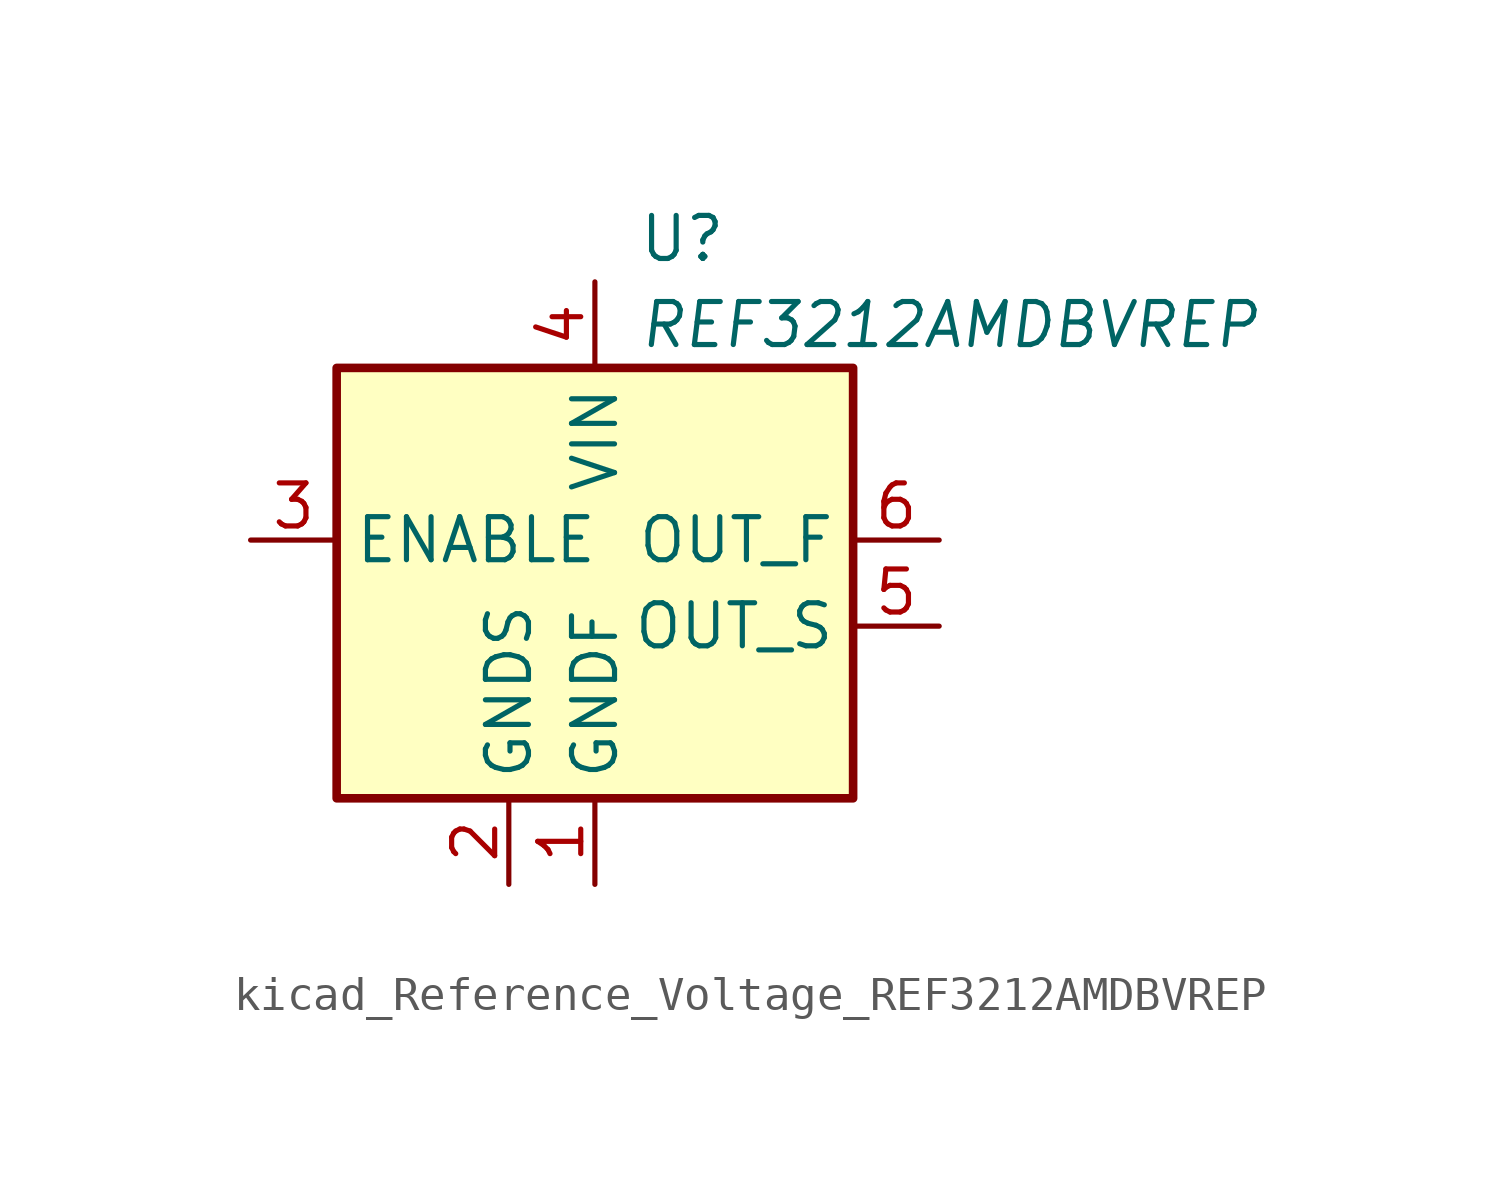
<source format=kicad_sym>
(kicad_symbol_lib
  (version 20220914)
  (generator kicad_symbol_editor)
  (symbol "kicad_Reference_Voltage_REF3212AMDBVREP"
    (property "Reference" "U"
      (at 1.27 8.89 0)
      (effects (font (size 1.27 1.27)) (justify left)))
    (property "Value" "REF3212AMDBVREP"
      (at 1.27 6.35 0)
      (effects (font (size 1.27 1.27) italic) (justify left)))
    (symbol "kicad_Reference_Voltage_REF3212AMDBVREP_0_1"
      (rectangle (start -7.62 5.08) (end 7.62 -7.62) (stroke (width 0.254) (type default)) (fill (type background))))
    (symbol "kicad_Reference_Voltage_REF3212AMDBVREP_1_1"
      (pin power_in line (at 0 -10.16 90) (length 2.54) (name "GNDF" (effects (font (size 1.27 1.27)))) (number "1" (effects (font (size 1.27 1.27)))))
      (pin input line (at -2.54 -10.16 90) (length 2.54) (name "GNDS" (effects (font (size 1.27 1.27)))) (number "2" (effects (font (size 1.27 1.27)))))
      (pin input line (at -10.16 0 0) (length 2.54) (name "ENABLE" (effects (font (size 1.27 1.27)))) (number "3" (effects (font (size 1.27 1.27)))))
      (pin power_in line (at 0 7.62 270) (length 2.54) (name "VIN" (effects (font (size 1.27 1.27)))) (number "4" (effects (font (size 1.27 1.27)))))
      (pin input line (at 10.16 -2.54 180) (length 2.54) (name "OUT_S" (effects (font (size 1.27 1.27)))) (number "5" (effects (font (size 1.27 1.27)))))
      (pin output line (at 10.16 0 180) (length 2.54) (name "OUT_F" (effects (font (size 1.27 1.27)))) (number "6" (effects (font (size 1.27 1.27))))))))
</source>
